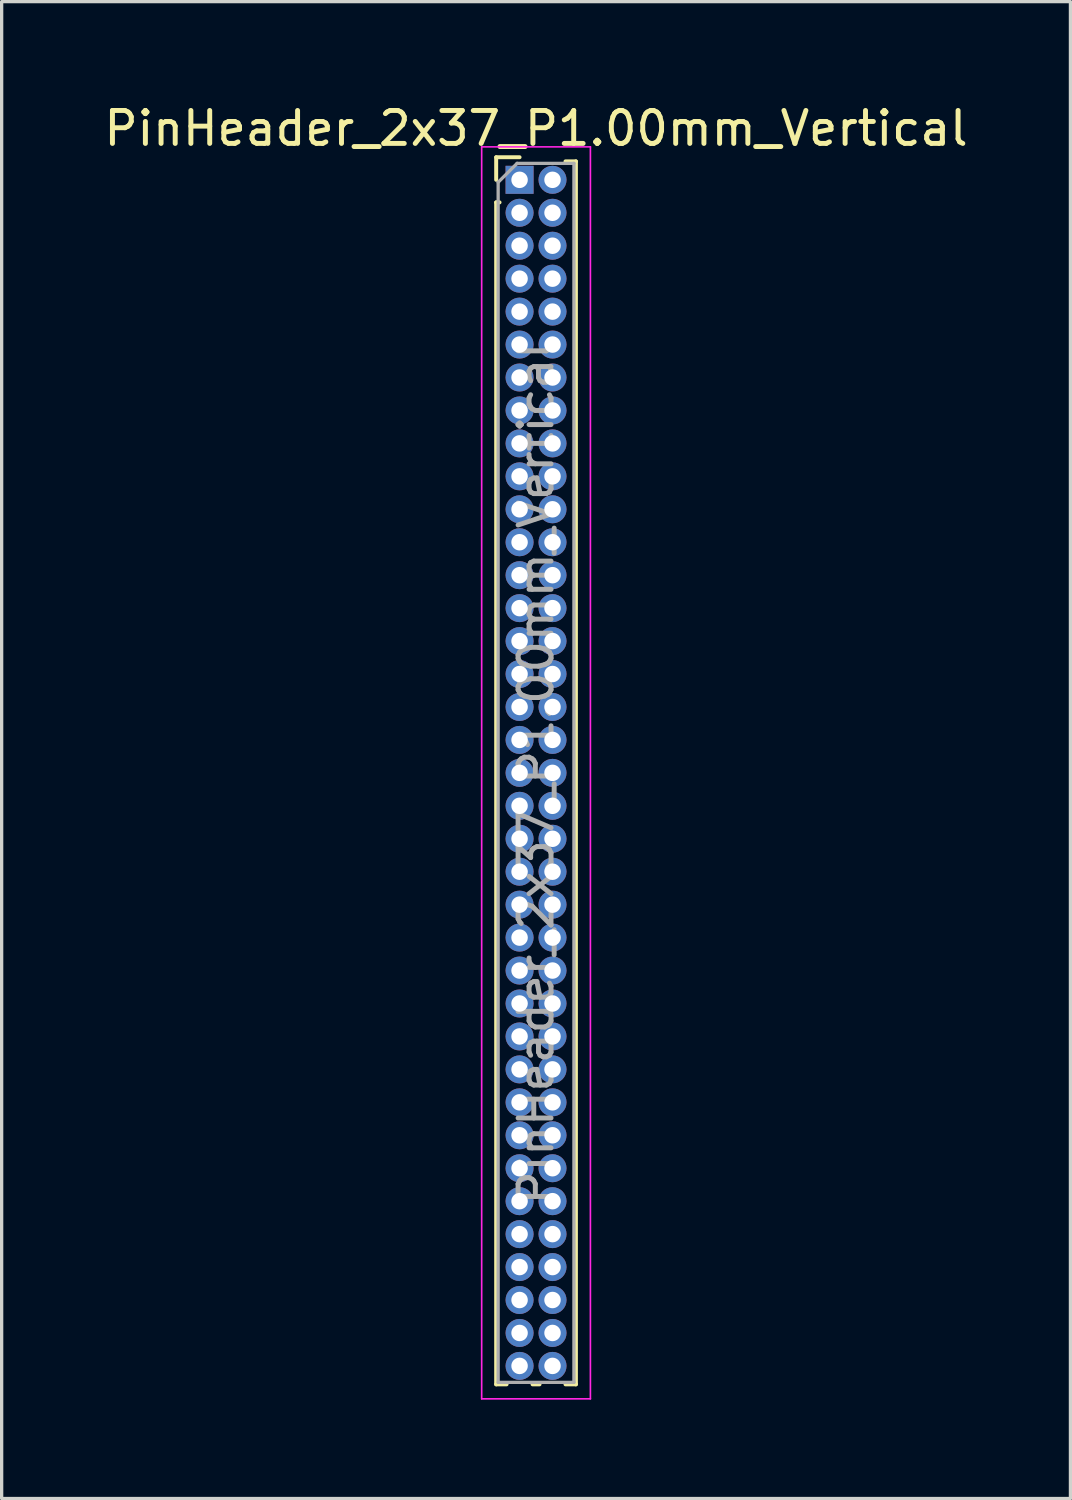
<source format=kicad_pcb>
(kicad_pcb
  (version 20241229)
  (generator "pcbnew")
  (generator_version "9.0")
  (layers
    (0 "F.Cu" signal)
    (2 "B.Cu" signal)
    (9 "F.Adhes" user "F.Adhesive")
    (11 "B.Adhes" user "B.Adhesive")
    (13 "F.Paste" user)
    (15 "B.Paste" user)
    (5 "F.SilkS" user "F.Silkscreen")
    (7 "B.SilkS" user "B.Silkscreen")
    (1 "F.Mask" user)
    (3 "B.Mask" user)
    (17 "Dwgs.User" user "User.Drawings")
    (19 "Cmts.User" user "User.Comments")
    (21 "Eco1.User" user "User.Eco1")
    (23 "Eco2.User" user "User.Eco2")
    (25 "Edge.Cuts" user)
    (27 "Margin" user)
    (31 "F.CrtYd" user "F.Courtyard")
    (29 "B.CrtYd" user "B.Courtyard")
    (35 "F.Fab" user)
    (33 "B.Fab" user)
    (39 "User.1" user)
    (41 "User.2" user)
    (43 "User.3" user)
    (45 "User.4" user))
  (footprint "PinHeader_2x37_P1.00mm_Vertical"
    (layer "F.Cu")
    (at 12.72 2.408)
    (property "Reference" "PinHeader_2x37_P1.00mm_Vertical" (at 0.5 -1.56 0) (layer "F.SilkS") (effects (font (size 1 1) (thickness 0.15))))
    (attr through_hole)
    (fp_line (start -0.71 -0.685) (end 0 -0.685) (stroke (width 0.12) (type solid)) (layer "F.SilkS"))
    (fp_line (start -0.71 0) (end -0.71 -0.685) (stroke (width 0.12) (type solid)) (layer "F.SilkS"))
    (fp_line (start -0.71 0.685) (end -0.71 36.56) (stroke (width 0.12) (type solid)) (layer "F.SilkS"))
    (fp_line (start -0.71 0.685) (end -0.608 0.685) (stroke (width 0.12) (type solid)) (layer "F.SilkS"))
    (fp_line (start -0.71 36.56) (end -0.394 36.56) (stroke (width 0.12) (type solid)) (layer "F.SilkS"))
    (fp_line (start 0.394 36.56) (end 0.606 36.56) (stroke (width 0.12) (type solid)) (layer "F.SilkS"))
    (fp_line (start 1.394 -0.56) (end 1.71 -0.56) (stroke (width 0.12) (type solid)) (layer "F.SilkS"))
    (fp_line (start 1.394 36.56) (end 1.71 36.56) (stroke (width 0.12) (type solid)) (layer "F.SilkS"))
    (fp_line (start 1.71 -0.56) (end 1.71 36.56) (stroke (width 0.12) (type solid)) (layer "F.SilkS"))
    (fp_line (start -1.15 -1) (end -1.15 37) (stroke (width 0.05) (type solid)) (layer "F.CrtYd"))
    (fp_line (start -1.15 37) (end 2.15 37) (stroke (width 0.05) (type solid)) (layer "F.CrtYd"))
    (fp_line (start 2.15 -1) (end -1.15 -1) (stroke (width 0.05) (type solid)) (layer "F.CrtYd"))
    (fp_line (start 2.15 37) (end 2.15 -1) (stroke (width 0.05) (type solid)) (layer "F.CrtYd"))
    (fp_line (start -0.65 0.075) (end -0.075 -0.5) (stroke (width 0.1) (type solid)) (layer "F.Fab"))
    (fp_line (start -0.65 36.5) (end -0.65 0.075) (stroke (width 0.1) (type solid)) (layer "F.Fab"))
    (fp_line (start -0.075 -0.5) (end 1.65 -0.5) (stroke (width 0.1) (type solid)) (layer "F.Fab"))
    (fp_line (start 1.65 -0.5) (end 1.65 36.5) (stroke (width 0.1) (type solid)) (layer "F.Fab"))
    (fp_line (start 1.65 36.5) (end -0.65 36.5) (stroke (width 0.1) (type solid)) (layer "F.Fab"))
    (fp_text user "${REFERENCE}" (at 0.5 18 90) (layer "F.Fab") (effects (font (size 1 1) (thickness 0.15))))
    (pad "1" thru_hole rect (at 0 0) (size 0.85 0.85) (drill 0.5) (layers "*.Cu" "*.Mask"))
    (pad "2" thru_hole oval (at 1 0) (size 0.85 0.85) (drill 0.5) (layers "*.Cu" "*.Mask"))
    (pad "3" thru_hole oval (at 0 1) (size 0.85 0.85) (drill 0.5) (layers "*.Cu" "*.Mask"))
    (pad "4" thru_hole oval (at 1 1) (size 0.85 0.85) (drill 0.5) (layers "*.Cu" "*.Mask"))
    (pad "5" thru_hole oval (at 0 2) (size 0.85 0.85) (drill 0.5) (layers "*.Cu" "*.Mask"))
    (pad "6" thru_hole oval (at 1 2) (size 0.85 0.85) (drill 0.5) (layers "*.Cu" "*.Mask"))
    (pad "7" thru_hole oval (at 0 3) (size 0.85 0.85) (drill 0.5) (layers "*.Cu" "*.Mask"))
    (pad "8" thru_hole oval (at 1 3) (size 0.85 0.85) (drill 0.5) (layers "*.Cu" "*.Mask"))
    (pad "9" thru_hole oval (at 0 4) (size 0.85 0.85) (drill 0.5) (layers "*.Cu" "*.Mask"))
    (pad "10" thru_hole oval (at 1 4) (size 0.85 0.85) (drill 0.5) (layers "*.Cu" "*.Mask"))
    (pad "11" thru_hole oval (at 0 5) (size 0.85 0.85) (drill 0.5) (layers "*.Cu" "*.Mask"))
    (pad "12" thru_hole oval (at 1 5) (size 0.85 0.85) (drill 0.5) (layers "*.Cu" "*.Mask"))
    (pad "13" thru_hole oval (at 0 6) (size 0.85 0.85) (drill 0.5) (layers "*.Cu" "*.Mask"))
    (pad "14" thru_hole oval (at 1 6) (size 0.85 0.85) (drill 0.5) (layers "*.Cu" "*.Mask"))
    (pad "15" thru_hole oval (at 0 7) (size 0.85 0.85) (drill 0.5) (layers "*.Cu" "*.Mask"))
    (pad "16" thru_hole oval (at 1 7) (size 0.85 0.85) (drill 0.5) (layers "*.Cu" "*.Mask"))
    (pad "17" thru_hole oval (at 0 8) (size 0.85 0.85) (drill 0.5) (layers "*.Cu" "*.Mask"))
    (pad "18" thru_hole oval (at 1 8) (size 0.85 0.85) (drill 0.5) (layers "*.Cu" "*.Mask"))
    (pad "19" thru_hole oval (at 0 9) (size 0.85 0.85) (drill 0.5) (layers "*.Cu" "*.Mask"))
    (pad "20" thru_hole oval (at 1 9) (size 0.85 0.85) (drill 0.5) (layers "*.Cu" "*.Mask"))
    (pad "21" thru_hole oval (at 0 10) (size 0.85 0.85) (drill 0.5) (layers "*.Cu" "*.Mask"))
    (pad "22" thru_hole oval (at 1 10) (size 0.85 0.85) (drill 0.5) (layers "*.Cu" "*.Mask"))
    (pad "23" thru_hole oval (at 0 11) (size 0.85 0.85) (drill 0.5) (layers "*.Cu" "*.Mask"))
    (pad "24" thru_hole oval (at 1 11) (size 0.85 0.85) (drill 0.5) (layers "*.Cu" "*.Mask"))
    (pad "25" thru_hole oval (at 0 12) (size 0.85 0.85) (drill 0.5) (layers "*.Cu" "*.Mask"))
    (pad "26" thru_hole oval (at 1 12) (size 0.85 0.85) (drill 0.5) (layers "*.Cu" "*.Mask"))
    (pad "27" thru_hole oval (at 0 13) (size 0.85 0.85) (drill 0.5) (layers "*.Cu" "*.Mask"))
    (pad "28" thru_hole oval (at 1 13) (size 0.85 0.85) (drill 0.5) (layers "*.Cu" "*.Mask"))
    (pad "29" thru_hole oval (at 0 14) (size 0.85 0.85) (drill 0.5) (layers "*.Cu" "*.Mask"))
    (pad "30" thru_hole oval (at 1 14) (size 0.85 0.85) (drill 0.5) (layers "*.Cu" "*.Mask"))
    (pad "31" thru_hole oval (at 0 15) (size 0.85 0.85) (drill 0.5) (layers "*.Cu" "*.Mask"))
    (pad "32" thru_hole oval (at 1 15) (size 0.85 0.85) (drill 0.5) (layers "*.Cu" "*.Mask"))
    (pad "33" thru_hole oval (at 0 16) (size 0.85 0.85) (drill 0.5) (layers "*.Cu" "*.Mask"))
    (pad "34" thru_hole oval (at 1 16) (size 0.85 0.85) (drill 0.5) (layers "*.Cu" "*.Mask"))
    (pad "35" thru_hole oval (at 0 17) (size 0.85 0.85) (drill 0.5) (layers "*.Cu" "*.Mask"))
    (pad "36" thru_hole oval (at 1 17) (size 0.85 0.85) (drill 0.5) (layers "*.Cu" "*.Mask"))
    (pad "37" thru_hole oval (at 0 18) (size 0.85 0.85) (drill 0.5) (layers "*.Cu" "*.Mask"))
    (pad "38" thru_hole oval (at 1 18) (size 0.85 0.85) (drill 0.5) (layers "*.Cu" "*.Mask"))
    (pad "39" thru_hole oval (at 0 19) (size 0.85 0.85) (drill 0.5) (layers "*.Cu" "*.Mask"))
    (pad "40" thru_hole oval (at 1 19) (size 0.85 0.85) (drill 0.5) (layers "*.Cu" "*.Mask"))
    (pad "41" thru_hole oval (at 0 20) (size 0.85 0.85) (drill 0.5) (layers "*.Cu" "*.Mask"))
    (pad "42" thru_hole oval (at 1 20) (size 0.85 0.85) (drill 0.5) (layers "*.Cu" "*.Mask"))
    (pad "43" thru_hole oval (at 0 21) (size 0.85 0.85) (drill 0.5) (layers "*.Cu" "*.Mask"))
    (pad "44" thru_hole oval (at 1 21) (size 0.85 0.85) (drill 0.5) (layers "*.Cu" "*.Mask"))
    (pad "45" thru_hole oval (at 0 22) (size 0.85 0.85) (drill 0.5) (layers "*.Cu" "*.Mask"))
    (pad "46" thru_hole oval (at 1 22) (size 0.85 0.85) (drill 0.5) (layers "*.Cu" "*.Mask"))
    (pad "47" thru_hole oval (at 0 23) (size 0.85 0.85) (drill 0.5) (layers "*.Cu" "*.Mask"))
    (pad "48" thru_hole oval (at 1 23) (size 0.85 0.85) (drill 0.5) (layers "*.Cu" "*.Mask"))
    (pad "49" thru_hole oval (at 0 24) (size 0.85 0.85) (drill 0.5) (layers "*.Cu" "*.Mask"))
    (pad "50" thru_hole oval (at 1 24) (size 0.85 0.85) (drill 0.5) (layers "*.Cu" "*.Mask"))
    (pad "51" thru_hole oval (at 0 25) (size 0.85 0.85) (drill 0.5) (layers "*.Cu" "*.Mask"))
    (pad "52" thru_hole oval (at 1 25) (size 0.85 0.85) (drill 0.5) (layers "*.Cu" "*.Mask"))
    (pad "53" thru_hole oval (at 0 26) (size 0.85 0.85) (drill 0.5) (layers "*.Cu" "*.Mask"))
    (pad "54" thru_hole oval (at 1 26) (size 0.85 0.85) (drill 0.5) (layers "*.Cu" "*.Mask"))
    (pad "55" thru_hole oval (at 0 27) (size 0.85 0.85) (drill 0.5) (layers "*.Cu" "*.Mask"))
    (pad "56" thru_hole oval (at 1 27) (size 0.85 0.85) (drill 0.5) (layers "*.Cu" "*.Mask"))
    (pad "57" thru_hole oval (at 0 28) (size 0.85 0.85) (drill 0.5) (layers "*.Cu" "*.Mask"))
    (pad "58" thru_hole oval (at 1 28) (size 0.85 0.85) (drill 0.5) (layers "*.Cu" "*.Mask"))
    (pad "59" thru_hole oval (at 0 29) (size 0.85 0.85) (drill 0.5) (layers "*.Cu" "*.Mask"))
    (pad "60" thru_hole oval (at 1 29) (size 0.85 0.85) (drill 0.5) (layers "*.Cu" "*.Mask"))
    (pad "61" thru_hole oval (at 0 30) (size 0.85 0.85) (drill 0.5) (layers "*.Cu" "*.Mask"))
    (pad "62" thru_hole oval (at 1 30) (size 0.85 0.85) (drill 0.5) (layers "*.Cu" "*.Mask"))
    (pad "63" thru_hole oval (at 0 31) (size 0.85 0.85) (drill 0.5) (layers "*.Cu" "*.Mask"))
    (pad "64" thru_hole oval (at 1 31) (size 0.85 0.85) (drill 0.5) (layers "*.Cu" "*.Mask"))
    (pad "65" thru_hole oval (at 0 32) (size 0.85 0.85) (drill 0.5) (layers "*.Cu" "*.Mask"))
    (pad "66" thru_hole oval (at 1 32) (size 0.85 0.85) (drill 0.5) (layers "*.Cu" "*.Mask"))
    (pad "67" thru_hole oval (at 0 33) (size 0.85 0.85) (drill 0.5) (layers "*.Cu" "*.Mask"))
    (pad "68" thru_hole oval (at 1 33) (size 0.85 0.85) (drill 0.5) (layers "*.Cu" "*.Mask"))
    (pad "69" thru_hole oval (at 0 34) (size 0.85 0.85) (drill 0.5) (layers "*.Cu" "*.Mask"))
    (pad "70" thru_hole oval (at 1 34) (size 0.85 0.85) (drill 0.5) (layers "*.Cu" "*.Mask"))
    (pad "71" thru_hole oval (at 0 35) (size 0.85 0.85) (drill 0.5) (layers "*.Cu" "*.Mask"))
    (pad "72" thru_hole oval (at 1 35) (size 0.85 0.85) (drill 0.5) (layers "*.Cu" "*.Mask"))
    (pad "73" thru_hole oval (at 0 36) (size 0.85 0.85) (drill 0.5) (layers "*.Cu" "*.Mask"))
    (pad "74" thru_hole oval (at 1 36) (size 0.85 0.85) (drill 0.5) (layers "*.Cu" "*.Mask")))
  (gr_rect
    (start -3 -3)
    (end 29.44 42.433)
    (stroke (width 0.1) (type default))
    (fill no)
    (layer "Edge.Cuts")))
</source>
